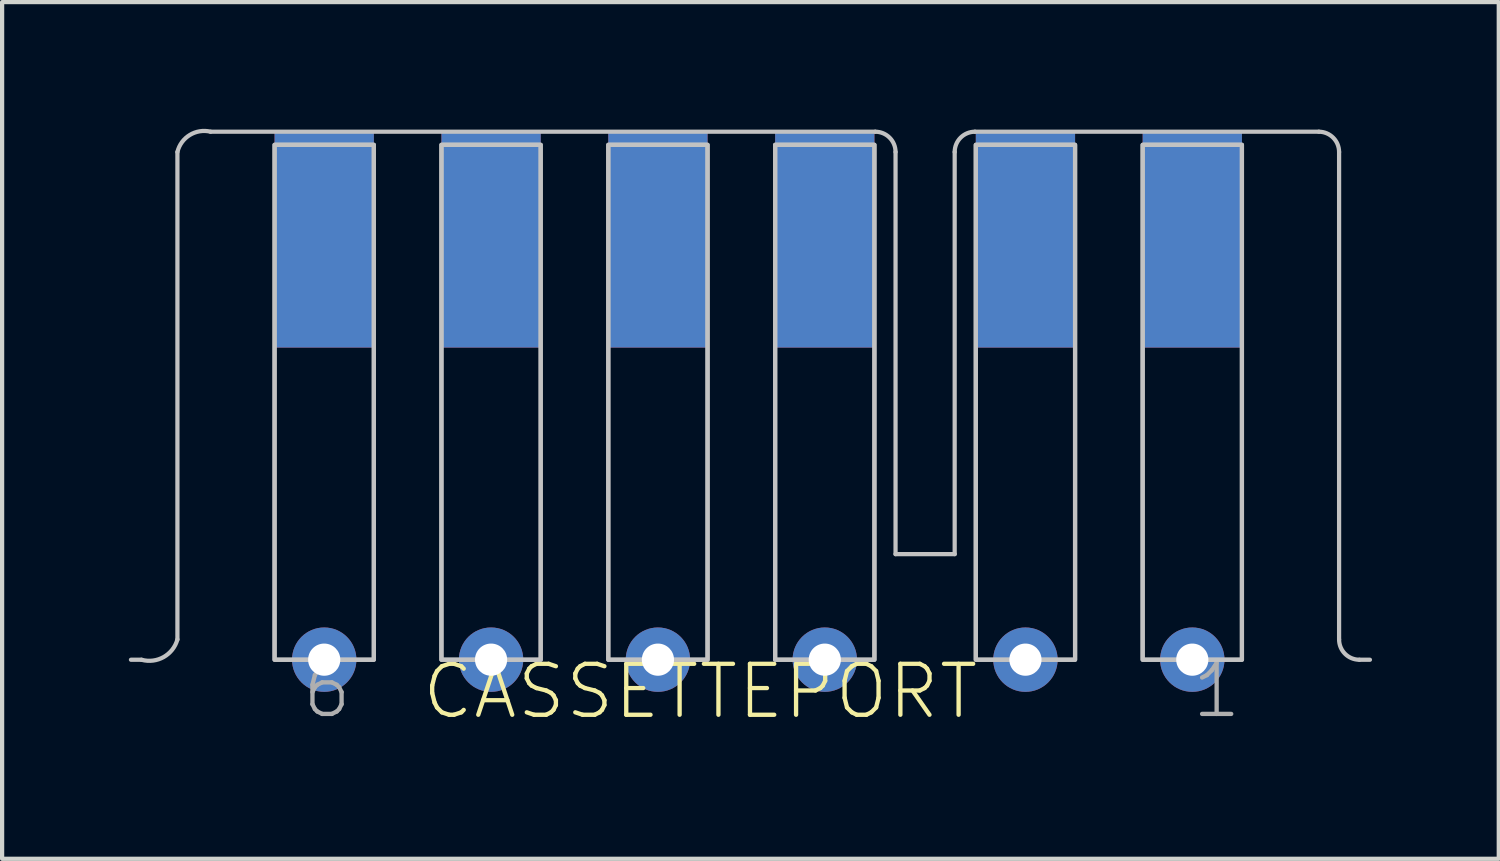
<source format=kicad_pcb>
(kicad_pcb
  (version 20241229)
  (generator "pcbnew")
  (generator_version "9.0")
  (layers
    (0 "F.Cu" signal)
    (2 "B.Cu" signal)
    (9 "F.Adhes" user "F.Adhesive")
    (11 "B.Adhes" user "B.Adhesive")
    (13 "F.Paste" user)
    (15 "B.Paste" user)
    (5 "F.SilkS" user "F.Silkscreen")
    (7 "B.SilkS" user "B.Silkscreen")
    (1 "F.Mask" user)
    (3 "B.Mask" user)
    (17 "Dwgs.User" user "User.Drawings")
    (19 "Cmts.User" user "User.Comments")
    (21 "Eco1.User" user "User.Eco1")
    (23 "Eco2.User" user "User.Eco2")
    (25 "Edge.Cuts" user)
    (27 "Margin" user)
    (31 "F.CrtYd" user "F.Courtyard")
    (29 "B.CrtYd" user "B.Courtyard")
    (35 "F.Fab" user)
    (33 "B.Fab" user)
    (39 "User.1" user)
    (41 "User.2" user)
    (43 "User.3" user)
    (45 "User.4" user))
  (footprint "CASSETTEPORT"
    (layer "F.Cu")
    (at 15.35 7.588)
    (property "Reference" "CASSETTEPORT" (at -8.466 6.435 0) (layer "F.SilkS") (effects (font (size 1.206 1.206) (thickness 0.102)) (justify left bottom)))
    (attr through_hole)
    (fp_line (start -15.3 4.98) (end -15.05 4.98) (stroke (width 0.1) (type solid)) (layer "Dwgs.User"))
    (fp_line (start -14.2 4.5) (end -14.2 -7.04) (stroke (width 0.1) (type solid)) (layer "Dwgs.User"))
    (fp_line (start -13.415 -7.52) (end 2.32 -7.52) (stroke (width 0.1) (type solid)) (layer "Dwgs.User"))
    (fp_line (start 2.8 -7.04) (end 2.8 2.48) (stroke (width 0.1) (type solid)) (layer "Dwgs.User"))
    (fp_line (start 4.2 -7.04) (end 4.2 2.48) (stroke (width 0.1) (type solid)) (layer "Dwgs.User"))
    (fp_line (start 4.2 2.48) (end 2.8 2.48) (stroke (width 0.1) (type solid)) (layer "Dwgs.User"))
    (fp_line (start 12.82 -7.52) (end 4.68 -7.52) (stroke (width 0.1) (type solid)) (layer "Dwgs.User"))
    (fp_line (start 13.3 4.5) (end 13.3 -7.04) (stroke (width 0.1) (type solid)) (layer "Dwgs.User"))
    (fp_line (start 14.03 4.98) (end 13.78 4.98) (stroke (width 0.1) (type solid)) (layer "Dwgs.User"))
    (fp_arc (start -14.2 -7.04) (mid -13.906911 -7.442579) (end -13.415 -7.52) (stroke (width 0.1) (type solid)) (layer "Dwgs.User"))
    (fp_arc (start -14.2 4.5) (mid -14.525589 4.916041) (end -15.05 4.98) (stroke (width 0.1) (type solid)) (layer "Dwgs.User"))
    (fp_arc (start 2.32 -7.52) (mid 2.659411 -7.379411) (end 2.8 -7.04) (stroke (width 0.1) (type solid)) (layer "Dwgs.User"))
    (fp_arc (start 4.2 -7.04) (mid 4.340589 -7.379411) (end 4.68 -7.52) (stroke (width 0.1) (type solid)) (layer "Dwgs.User"))
    (fp_arc (start 12.82 -7.52) (mid 13.159411 -7.379411) (end 13.3 -7.04) (stroke (width 0.1) (type solid)) (layer "Dwgs.User"))
    (fp_arc (start 13.78 4.98) (mid 13.440589 4.839411) (end 13.3 4.5) (stroke (width 0.1) (type solid)) (layer "Dwgs.User"))
    (fp_poly (pts (xy -11.9 4.98) (xy -9.55 4.98) (xy -9.55 -7.21) (xy -11.9 -7.21)) (stroke (width 0.1) (type solid)) (fill no) (layer "Dwgs.User"))
    (fp_poly (pts (xy -11.9 4.98) (xy -9.55 4.98) (xy -9.55 -7.21) (xy -11.9 -7.21)) (stroke (width 0.1) (type solid)) (fill no) (layer "Dwgs.User"))
    (fp_poly (pts (xy -7.95 4.98) (xy -5.6 4.98) (xy -5.6 -7.21) (xy -7.95 -7.21)) (stroke (width 0.1) (type solid)) (fill no) (layer "Dwgs.User"))
    (fp_poly (pts (xy -7.95 4.98) (xy -5.6 4.98) (xy -5.6 -7.21) (xy -7.95 -7.21)) (stroke (width 0.1) (type solid)) (fill no) (layer "Dwgs.User"))
    (fp_poly (pts (xy -4 4.98) (xy -1.65 4.98) (xy -1.65 -7.21) (xy -4 -7.21)) (stroke (width 0.1) (type solid)) (fill no) (layer "Dwgs.User"))
    (fp_poly (pts (xy -4 4.98) (xy -1.65 4.98) (xy -1.65 -7.21) (xy -4 -7.21)) (stroke (width 0.1) (type solid)) (fill no) (layer "Dwgs.User"))
    (fp_poly (pts (xy -0.05 4.98) (xy 2.3 4.98) (xy 2.3 -7.21) (xy -0.05 -7.21)) (stroke (width 0.1) (type solid)) (fill no) (layer "Dwgs.User"))
    (fp_poly (pts (xy -0.05 4.98) (xy 2.3 4.98) (xy 2.3 -7.21) (xy -0.05 -7.21)) (stroke (width 0.1) (type solid)) (fill no) (layer "Dwgs.User"))
    (fp_poly (pts (xy 4.7 4.98) (xy 7.05 4.98) (xy 7.05 -7.21) (xy 4.7 -7.21)) (stroke (width 0.1) (type solid)) (fill no) (layer "Dwgs.User"))
    (fp_poly (pts (xy 4.7 4.98) (xy 7.05 4.98) (xy 7.05 -7.21) (xy 4.7 -7.21)) (stroke (width 0.1) (type solid)) (fill no) (layer "Dwgs.User"))
    (fp_poly (pts (xy 8.65 4.98) (xy 11 4.98) (xy 11 -7.21) (xy 8.65 -7.21)) (stroke (width 0.1) (type solid)) (fill no) (layer "Dwgs.User"))
    (fp_poly (pts (xy 8.65 4.98) (xy 11 4.98) (xy 11 -7.21) (xy 8.65 -7.21)) (stroke (width 0.1) (type solid)) (fill no) (layer "Dwgs.User"))
    (fp_text user "1" (at 9.76 6.415 0) (layer "F.Fab") (effects (font (size 1.206 1.206) (thickness 0.102)) (justify left bottom)))
    (fp_text user "6" (at -11.3 6.415 0) (layer "F.Fab") (effects (font (size 1.206 1.206) (thickness 0.102)) (justify left bottom)))
    (pad "1" smd rect (at 9.825 -4.95 180) (size 2.35 5.08) (layers "F.Cu" "F.Mask" "F.Paste"))
    (pad "1" thru_hole circle (at 9.825 4.978) (size 1.524 1.524) (drill 0.762) (layers "*.Cu" "*.Mask"))
    (pad "2" smd rect (at 5.875 -4.95 180) (size 2.35 5.08) (layers "F.Cu" "F.Mask" "F.Paste"))
    (pad "2" thru_hole circle (at 5.875 4.978) (size 1.524 1.524) (drill 0.762) (layers "*.Cu" "*.Mask"))
    (pad "3" smd rect (at 1.125 -4.95 180) (size 2.35 5.08) (layers "F.Cu" "F.Mask" "F.Paste"))
    (pad "3" thru_hole circle (at 1.125 4.978) (size 1.524 1.524) (drill 0.762) (layers "*.Cu" "*.Mask"))
    (pad "4" smd rect (at -2.825 -4.95 180) (size 2.35 5.08) (layers "F.Cu" "F.Mask" "F.Paste"))
    (pad "4" thru_hole circle (at -2.825 4.978) (size 1.524 1.524) (drill 0.762) (layers "*.Cu" "*.Mask"))
    (pad "5" smd rect (at -6.775 -4.95 180) (size 2.35 5.08) (layers "F.Cu" "F.Mask" "F.Paste"))
    (pad "5" thru_hole circle (at -6.775 4.978) (size 1.524 1.524) (drill 0.762) (layers "*.Cu" "*.Mask"))
    (pad "6" smd rect (at -10.725 -4.95 180) (size 2.35 5.08) (layers "F.Cu" "F.Mask" "F.Paste"))
    (pad "6" thru_hole circle (at -10.725 4.978) (size 1.524 1.524) (drill 0.762) (layers "*.Cu" "*.Mask"))
    (pad "A" smd rect (at 9.825 -4.95 180) (size 2.35 5.08) (layers "B.Cu" "B.Mask" "B.Paste"))
    (pad "B" smd rect (at 5.875 -4.95 180) (size 2.35 5.08) (layers "B.Cu" "B.Mask" "B.Paste"))
    (pad "C" smd rect (at 1.125 -4.95 180) (size 2.35 5.08) (layers "B.Cu" "B.Mask" "B.Paste"))
    (pad "D" smd rect (at -2.825 -4.95 180) (size 2.35 5.08) (layers "B.Cu" "B.Mask" "B.Paste"))
    (pad "E" smd rect (at -6.775 -4.95 180) (size 2.35 5.08) (layers "B.Cu" "B.Mask" "B.Paste"))
    (pad "F" smd rect (at -10.725 -4.95 180) (size 2.35 5.08) (layers "B.Cu" "B.Mask" "B.Paste")))
  (gr_rect
    (start -3 -3)
    (end 32.43 17.28)
    (stroke (width 0.1) (type default))
    (fill no)
    (layer "Edge.Cuts")))
</source>
